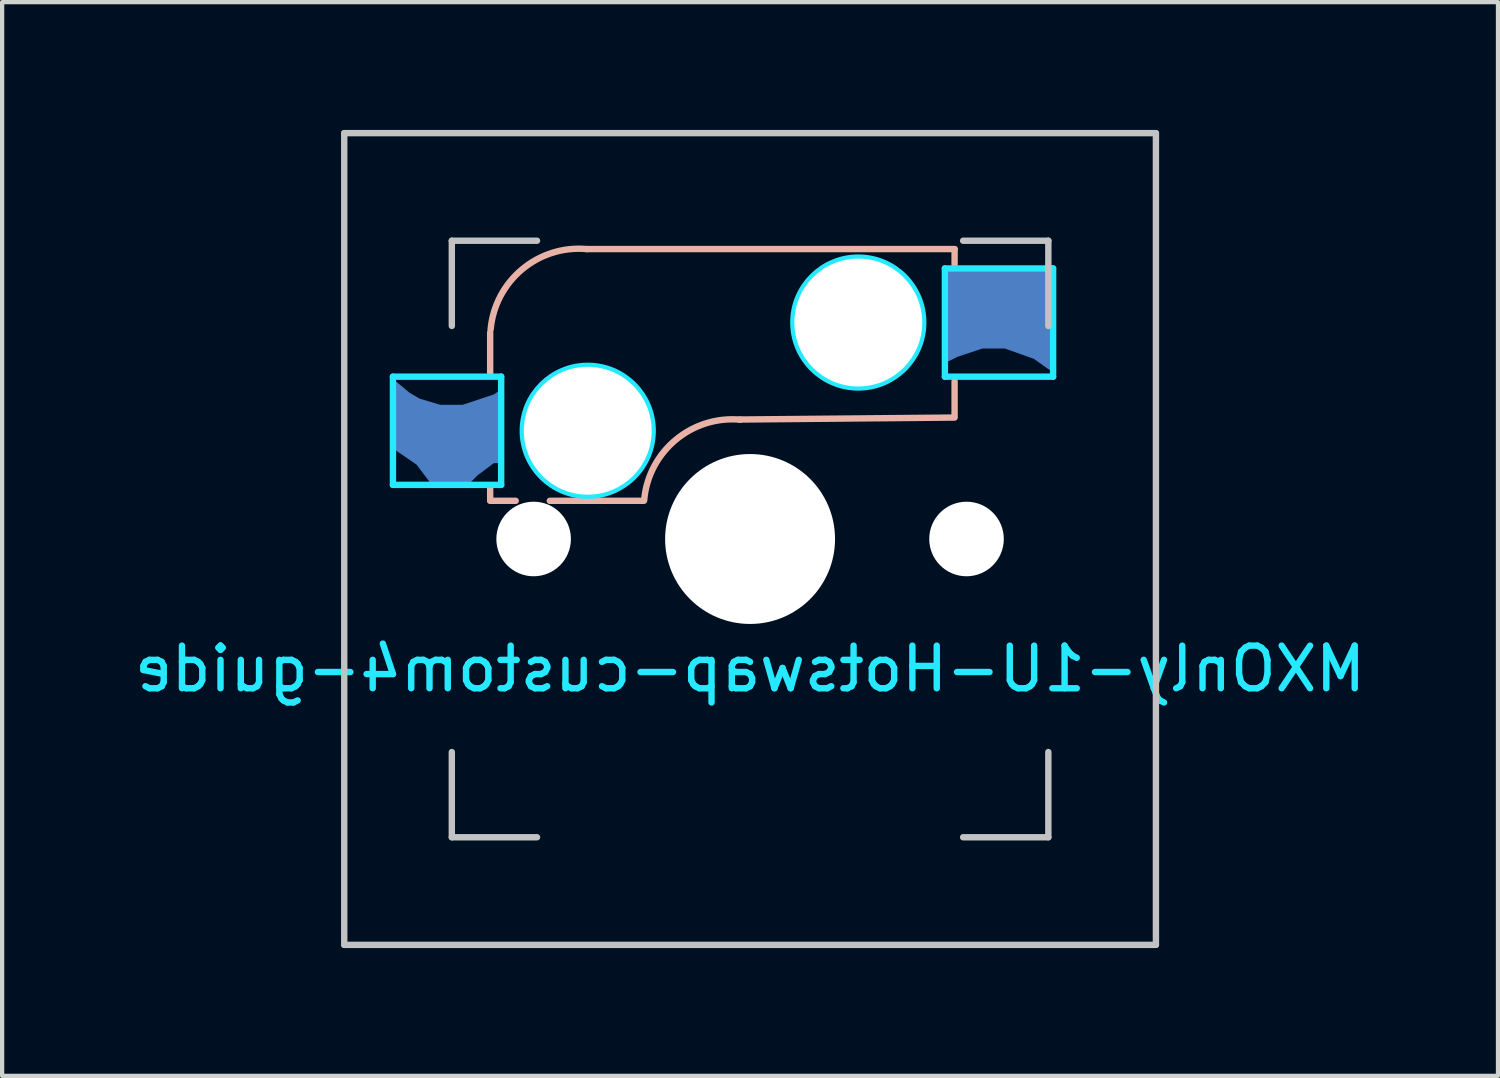
<source format=kicad_pcb>
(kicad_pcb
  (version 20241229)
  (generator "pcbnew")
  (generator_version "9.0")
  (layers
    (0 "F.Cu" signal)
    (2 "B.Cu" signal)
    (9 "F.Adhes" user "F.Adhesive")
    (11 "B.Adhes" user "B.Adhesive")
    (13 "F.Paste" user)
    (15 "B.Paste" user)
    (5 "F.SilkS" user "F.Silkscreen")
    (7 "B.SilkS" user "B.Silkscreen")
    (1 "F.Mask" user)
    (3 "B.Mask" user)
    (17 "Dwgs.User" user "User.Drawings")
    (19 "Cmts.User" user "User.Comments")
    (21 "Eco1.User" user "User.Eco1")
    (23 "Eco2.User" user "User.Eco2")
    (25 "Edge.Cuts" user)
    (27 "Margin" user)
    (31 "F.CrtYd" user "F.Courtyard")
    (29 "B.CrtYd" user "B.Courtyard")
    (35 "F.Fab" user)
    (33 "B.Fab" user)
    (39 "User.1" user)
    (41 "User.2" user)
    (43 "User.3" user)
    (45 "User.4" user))
  (footprint "MXOnly-1U-Hotswap-custom4-guide"
    (layer "F.Cu")
    (at 14.554 9.6)
    (property "Reference" "MXOnly-1U-Hotswap-custom4-guide" (at 0 3.048 0) (layer "B.CrtYd") (effects (font (size 1 1) (thickness 0.15)) (justify mirror)))
    (attr smd)
    (fp_line (start -6.1 -4.85) (end -6.1 -3.9) (stroke (width 0.15) (type solid)) (layer "B.SilkS"))
    (fp_line (start -6.1 -1.2) (end -6.1 -0.905) (stroke (width 0.15) (type solid)) (layer "B.SilkS"))
    (fp_line (start -6.1 -0.896) (end -5.5 -0.896) (stroke (width 0.15) (type solid)) (layer "B.SilkS"))
    (fp_line (start -4.7 -0.896) (end -2.49 -0.896) (stroke (width 0.15) (type solid)) (layer "B.SilkS"))
    (fp_line (start 4.8 -6.804) (end -3.825 -6.804) (stroke (width 0.15) (type solid)) (layer "B.SilkS"))
    (fp_line (start 4.8 -6.45) (end 4.8 -6.804) (stroke (width 0.15) (type solid)) (layer "B.SilkS"))
    (fp_line (start 4.8 -2.896) (end 4.8 -3.7) (stroke (width 0.15) (type solid)) (layer "B.SilkS"))
    (fp_line (start 4.8 -2.85) (end -0.25 -2.804) (stroke (width 0.15) (type solid)) (layer "B.SilkS"))
    (fp_arc (start -6.089 -4.92) (mid -5.347189 -6.33089) (end -3.825 -6.804) (stroke (width 0.15) (type solid)) (layer "B.SilkS"))
    (fp_arc (start -2.485 -0.92) (mid -1.744361 -2.328061) (end -0.225 -2.8) (stroke (width 0.15) (type solid)) (layer "B.SilkS"))
    (fp_line (start -9.525 -9.525) (end 9.525 -9.525) (stroke (width 0.15) (type solid)) (layer "Dwgs.User"))
    (fp_line (start -9.525 9.525) (end -9.525 -9.525) (stroke (width 0.15) (type solid)) (layer "Dwgs.User"))
    (fp_line (start -7 -7) (end -7 -5) (stroke (width 0.15) (type solid)) (layer "Dwgs.User"))
    (fp_line (start -7 5) (end -7 7) (stroke (width 0.15) (type solid)) (layer "Dwgs.User"))
    (fp_line (start -7 7) (end -5 7) (stroke (width 0.15) (type solid)) (layer "Dwgs.User"))
    (fp_line (start -5 -7) (end -7 -7) (stroke (width 0.15) (type solid)) (layer "Dwgs.User"))
    (fp_line (start 5 -7) (end 7 -7) (stroke (width 0.15) (type solid)) (layer "Dwgs.User"))
    (fp_line (start 5 7) (end 7 7) (stroke (width 0.15) (type solid)) (layer "Dwgs.User"))
    (fp_line (start 7 -7) (end 7 -5) (stroke (width 0.15) (type solid)) (layer "Dwgs.User"))
    (fp_line (start 7 7) (end 7 5) (stroke (width 0.15) (type solid)) (layer "Dwgs.User"))
    (fp_line (start 9.525 -9.525) (end 9.525 9.525) (stroke (width 0.15) (type solid)) (layer "Dwgs.User"))
    (fp_line (start 9.525 9.525) (end -9.525 9.525) (stroke (width 0.15) (type solid)) (layer "Dwgs.User"))
    (fp_line (start -8.382 -3.81) (end -8.382 -1.27) (stroke (width 0.15) (type solid)) (layer "B.CrtYd"))
    (fp_line (start -8.382 -1.27) (end -5.842 -1.27) (stroke (width 0.15) (type solid)) (layer "B.CrtYd"))
    (fp_line (start -5.842 -3.81) (end -8.382 -3.81) (stroke (width 0.15) (type solid)) (layer "B.CrtYd"))
    (fp_line (start -5.842 -1.27) (end -5.842 -3.81) (stroke (width 0.15) (type solid)) (layer "B.CrtYd"))
    (fp_line (start 4.572 -6.35) (end 7.112 -6.35) (stroke (width 0.15) (type solid)) (layer "B.CrtYd"))
    (fp_line (start 4.572 -3.81) (end 4.572 -6.35) (stroke (width 0.15) (type solid)) (layer "B.CrtYd"))
    (fp_line (start 7.112 -6.35) (end 7.112 -3.81) (stroke (width 0.15) (type solid)) (layer "B.CrtYd"))
    (fp_line (start 7.112 -3.81) (end 4.572 -3.81) (stroke (width 0.15) (type solid)) (layer "B.CrtYd"))
    (fp_circle (center -3.81 -2.54) (end -3.81 -4.064) (stroke (width 0.15) (type solid)) (fill no) (layer "B.CrtYd"))
    (fp_circle (center 2.54 -5.08) (end 2.54 -6.604) (stroke (width 0.15) (type solid)) (fill no) (layer "B.CrtYd"))
    (pad "" np_thru_hole circle (at -5.08 0 48.1) (size 1.75 1.75) (drill 1.75) (layers "*.Cu" "*.Mask"))
    (pad "" np_thru_hole circle (at -3.81 -2.54) (size 3 3) (drill 3) (layers "*.Cu" "*.Mask"))
    (pad "" np_thru_hole circle (at 0 0) (size 3.988 3.988) (drill 3.988) (layers "*.Cu" "*.Mask"))
    (pad "" np_thru_hole circle (at 2.54 -5.08) (size 3 3) (drill 3) (layers "*.Cu" "*.Mask"))
    (pad "" np_thru_hole circle (at 5.08 0 48.1) (size 1.75 1.75) (drill 1.75) (layers "*.Cu" "*.Mask"))
    (pad "1" smd custom (at -7.085 -2.54) (size 0.1 0.1) (layers "B.Cu" "B.Mask" "B.Paste") (options (anchor rect)) (primitives (gr_poly (pts (xy -1.25 -1.1) (xy -0.95 -0.85) (xy -0.7 -0.7) (xy -0.2 -0.55) (xy 0.35 -0.55) (xy 1.1 -0.8) (xy 1.25 -0.9) (xy 1.25 0.7) (xy 1.05 0.7) (xy 0.65 1) (xy 0.4 1.25) (xy -0.325 1.25) (xy -0.7 0.75) (xy -1.25 0.375)) (width 0.12) (fill yes))))
    (pad "2" smd custom (at 5.842 -5.08) (size 0.1 0.1) (layers "B.Cu" "B.Mask" "B.Paste") (options (anchor rect)) (primitives (gr_poly (pts (xy -1.25 -1.25) (xy 1.25 -1.25) (xy 1.25 1.05) (xy 1.2 1.05) (xy 0.85 0.8) (xy 0.15 0.55) (xy -0.4 0.55) (xy -1 0.75) (xy -1.2 0.85) (xy -1.25 0.85)) (width 0.12) (fill yes)))))
  (gr_rect
    (start -3 -3)
    (end 32.107 22.2)
    (stroke (width 0.1) (type default))
    (fill no)
    (layer "Edge.Cuts")))
</source>
